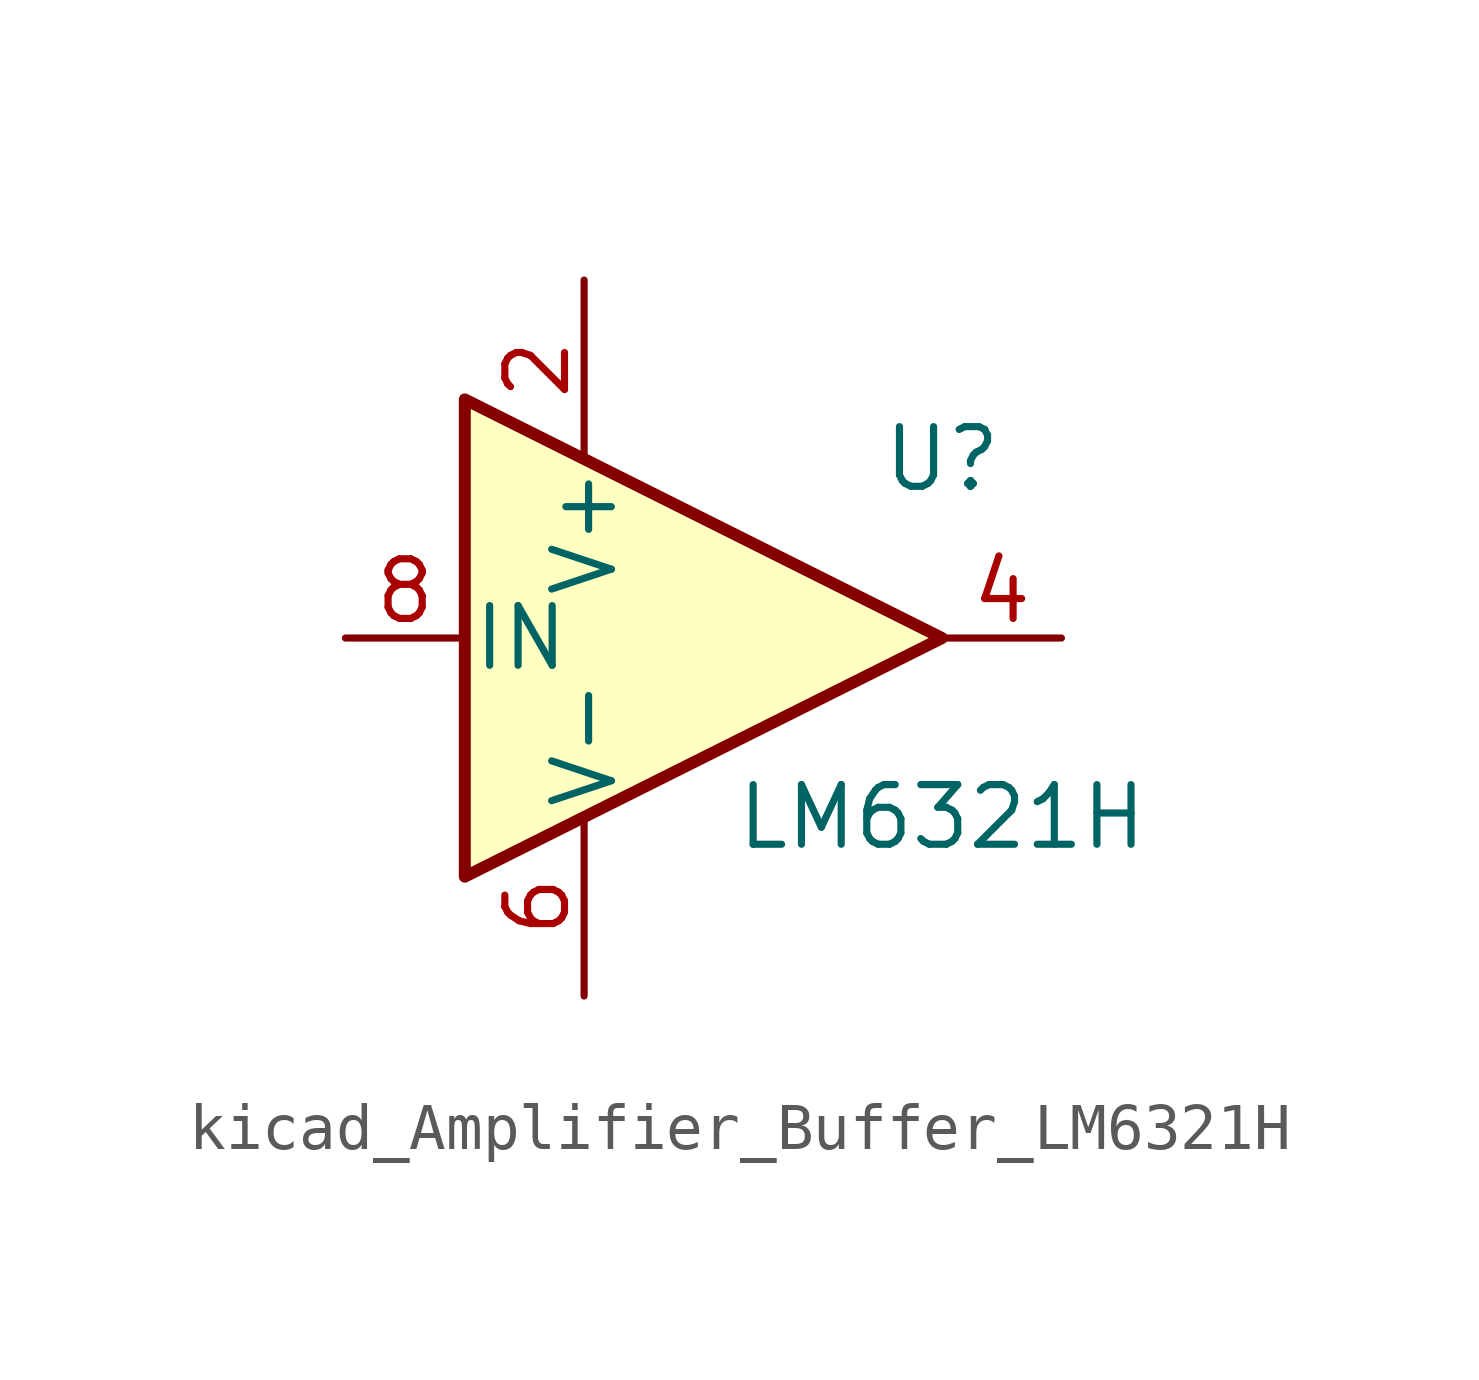
<source format=kicad_sym>
(kicad_symbol_lib
  (version 20220914)
  (generator kicad_symbol_editor)
  (symbol "kicad_Amplifier_Buffer_LM6321H"
    (pin_names
      (offset 0.127))
    (property "Reference" "U"
      (at 5.08 3.81 0)
      (effects (font (size 1.27 1.27))))
    (property "Value" "LM6321H"
      (at 5.08 -3.81 0)
      (effects (font (size 1.27 1.27))))
    (symbol "kicad_Amplifier_Buffer_LM6321H_0_1"
      (polyline (pts (xy 5.08 0) (xy -5.08 5.08) (xy -5.08 -5.08) (xy 5.08 0)) (stroke (width 0.254) (type default)) (fill (type background))))
    (symbol "kicad_Amplifier_Buffer_LM6321H_1_1"
      (pin no_connect line (at -2.54 2.54 270) (length 2.54) hide (name "NC" (effects (font (size 1.27 1.27)))) (number "1" (effects (font (size 1.27 1.27)))))
      (pin power_in line (at -2.54 7.62 270) (length 3.81) (name "V+" (effects (font (size 1.27 1.27)))) (number "2" (effects (font (size 1.27 1.27)))))
      (pin no_connect line (at 0 2.54 270) (length 2.54) hide (name "NC" (effects (font (size 1.27 1.27)))) (number "3" (effects (font (size 1.27 1.27)))))
      (pin output line (at 7.62 0 180) (length 2.54) (name "~" (effects (font (size 1.27 1.27)))) (number "4" (effects (font (size 1.27 1.27)))))
      (pin no_connect line (at 0 -2.54 90) (length 2.54) hide (name "NC" (effects (font (size 1.27 1.27)))) (number "5" (effects (font (size 1.27 1.27)))))
      (pin power_in line (at -2.54 -7.62 90) (length 3.81) (name "V-" (effects (font (size 1.27 1.27)))) (number "6" (effects (font (size 1.27 1.27)))))
      (pin no_connect line (at -2.54 -2.54 90) (length 2.54) hide (name "NC" (effects (font (size 1.27 1.27)))) (number "7" (effects (font (size 1.27 1.27)))))
      (pin input line (at -7.62 0 0) (length 2.54) (name "IN" (effects (font (size 1.27 1.27)))) (number "8" (effects (font (size 1.27 1.27))))))))
</source>
